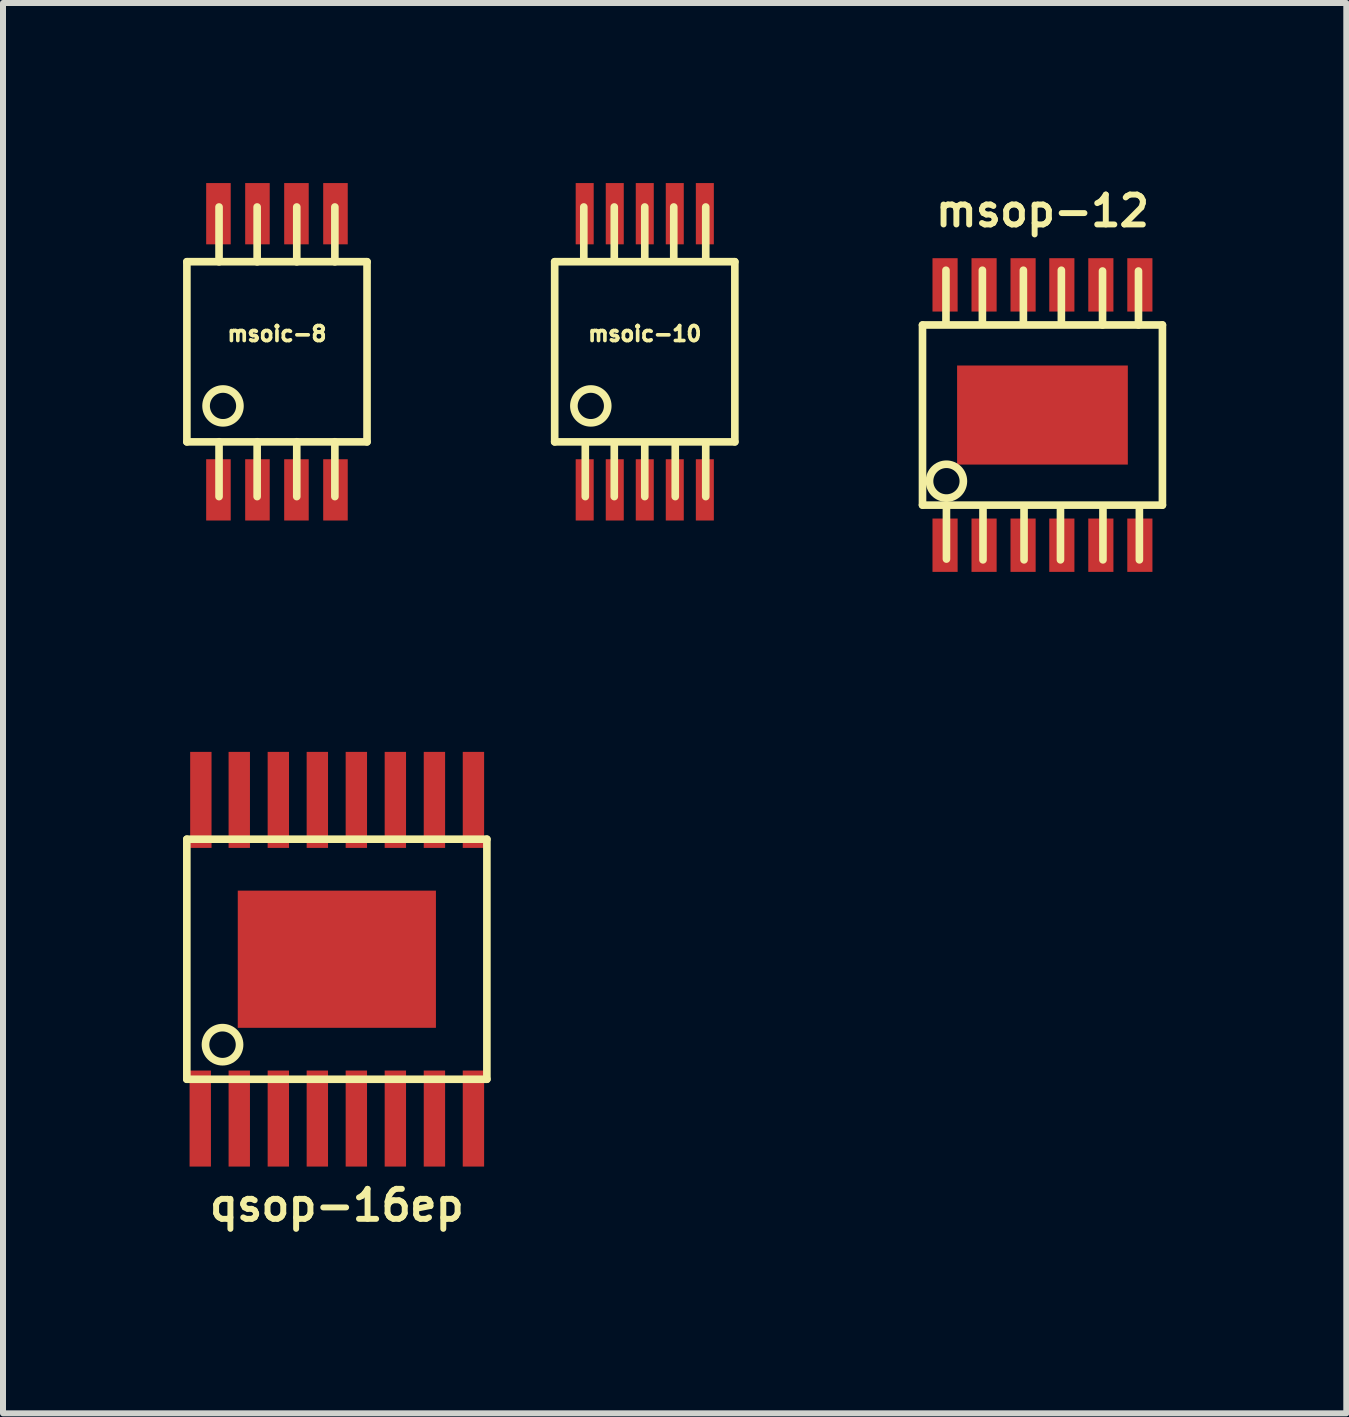
<source format=kicad_pcb>
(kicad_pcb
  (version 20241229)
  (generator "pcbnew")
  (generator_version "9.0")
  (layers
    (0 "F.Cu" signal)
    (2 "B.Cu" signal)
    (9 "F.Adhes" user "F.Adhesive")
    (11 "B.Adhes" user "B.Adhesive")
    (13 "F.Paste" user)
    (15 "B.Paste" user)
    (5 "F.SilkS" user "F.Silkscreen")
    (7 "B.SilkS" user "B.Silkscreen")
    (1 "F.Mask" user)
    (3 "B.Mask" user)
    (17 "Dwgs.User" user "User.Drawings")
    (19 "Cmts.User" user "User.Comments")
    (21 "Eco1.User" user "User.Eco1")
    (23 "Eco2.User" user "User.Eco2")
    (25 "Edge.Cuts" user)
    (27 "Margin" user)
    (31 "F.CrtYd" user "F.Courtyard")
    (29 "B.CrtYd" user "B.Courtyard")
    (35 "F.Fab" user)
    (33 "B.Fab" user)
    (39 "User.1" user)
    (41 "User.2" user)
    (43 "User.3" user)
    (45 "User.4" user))
  (footprint "msoic-8"
    (layer "F.Cu")
    (at 1.565 2.812)
    (property "Reference" "msoic-8" (at 0 -0.3 0) (layer "F.SilkS") (effects (font (size 0.249 0.249) (thickness 0.061))))
    (attr through_hole)
    (fp_line (start -1.501 -1.501) (end -1.501 1.501) (stroke (width 0.127) (type solid)) (layer "F.SilkS"))
    (fp_line (start -1.501 1.501) (end 1.501 1.501) (stroke (width 0.127) (type solid)) (layer "F.SilkS"))
    (fp_line (start -0.965 -1.499) (end -0.965 -2.413) (stroke (width 0.127) (type solid)) (layer "F.SilkS"))
    (fp_line (start -0.965 1.499) (end -0.965 2.413) (stroke (width 0.127) (type solid)) (layer "F.SilkS"))
    (fp_line (start -0.33 -1.499) (end -0.33 -2.413) (stroke (width 0.127) (type solid)) (layer "F.SilkS"))
    (fp_line (start -0.33 1.499) (end -0.33 2.413) (stroke (width 0.127) (type solid)) (layer "F.SilkS"))
    (fp_line (start 0.33 -1.499) (end 0.33 -2.413) (stroke (width 0.127) (type solid)) (layer "F.SilkS"))
    (fp_line (start 0.33 1.499) (end 0.33 2.413) (stroke (width 0.127) (type solid)) (layer "F.SilkS"))
    (fp_line (start 0.965 -1.499) (end 0.965 -2.413) (stroke (width 0.127) (type solid)) (layer "F.SilkS"))
    (fp_line (start 0.965 1.499) (end 0.965 2.413) (stroke (width 0.127) (type solid)) (layer "F.SilkS"))
    (fp_line (start 1.501 -1.501) (end -1.501 -1.501) (stroke (width 0.127) (type solid)) (layer "F.SilkS"))
    (fp_line (start 1.501 1.501) (end 1.501 -1.501) (stroke (width 0.127) (type solid)) (layer "F.SilkS"))
    (fp_circle (center -0.899 0.902) (end -1.1 1.1) (stroke (width 0.127) (type solid)) (fill no) (layer "F.SilkS"))
    (pad "1" smd rect (at -0.975 2.301) (size 0.409 1.021) (layers "F.Cu" "F.Mask" "F.Paste"))
    (pad "2" smd rect (at -0.325 2.301) (size 0.409 1.021) (layers "F.Cu" "F.Mask" "F.Paste"))
    (pad "3" smd rect (at 0.325 2.301) (size 0.409 1.021) (layers "F.Cu" "F.Mask" "F.Paste"))
    (pad "4" smd rect (at 0.975 2.301) (size 0.409 1.021) (layers "F.Cu" "F.Mask" "F.Paste"))
    (pad "5" smd rect (at 0.975 -2.301) (size 0.409 1.021) (layers "F.Cu" "F.Mask" "F.Paste"))
    (pad "6" smd rect (at 0.325 -2.301) (size 0.409 1.021) (layers "F.Cu" "F.Mask" "F.Paste"))
    (pad "7" smd rect (at -0.325 -2.301) (size 0.409 1.021) (layers "F.Cu" "F.Mask" "F.Paste"))
    (pad "8" smd rect (at -0.975 -2.301) (size 0.409 1.021) (layers "F.Cu" "F.Mask" "F.Paste")))
  (footprint "qsop-16ep"
    (layer "F.Cu")
    (at 2.563 12.934)
    (property "Reference" "qsop-16ep" (at 0 4.1 0) (layer "F.SilkS") (effects (font (size 0.5 0.5) (thickness 0.099))))
    (attr through_hole)
    (fp_line (start -2.5 -2) (end 2.5 -2) (stroke (width 0.127) (type solid)) (layer "F.SilkS"))
    (fp_line (start -2.5 2) (end -2.5 -2) (stroke (width 0.127) (type solid)) (layer "F.SilkS"))
    (fp_line (start 2.5 -2) (end 2.5 2) (stroke (width 0.127) (type solid)) (layer "F.SilkS"))
    (fp_line (start 2.5 2) (end -2.5 2) (stroke (width 0.127) (type solid)) (layer "F.SilkS"))
    (fp_circle (center -1.905 1.424) (end -2.032 1.678) (stroke (width 0.127) (type solid)) (fill no) (layer "F.SilkS"))
    (pad "1" smd rect (at -2.276 2.655) (size 0.356 1.6) (layers "F.Cu" "F.Mask" "F.Paste"))
    (pad "2" smd rect (at -1.626 2.655) (size 0.356 1.6) (layers "F.Cu" "F.Mask" "F.Paste"))
    (pad "3" smd rect (at -0.975 2.655) (size 0.356 1.6) (layers "F.Cu" "F.Mask" "F.Paste"))
    (pad "4" smd rect (at -0.325 2.655) (size 0.356 1.6) (layers "F.Cu" "F.Mask" "F.Paste"))
    (pad "5" smd rect (at 0.325 2.655) (size 0.356 1.6) (layers "F.Cu" "F.Mask" "F.Paste"))
    (pad "6" smd rect (at 0.975 2.655) (size 0.356 1.6) (layers "F.Cu" "F.Mask" "F.Paste"))
    (pad "7" smd rect (at 1.626 2.655) (size 0.356 1.6) (layers "F.Cu" "F.Mask" "F.Paste"))
    (pad "8" smd rect (at 2.276 2.655) (size 0.356 1.6) (layers "F.Cu" "F.Mask" "F.Paste"))
    (pad "9" smd rect (at 2.276 -2.655) (size 0.356 1.6) (layers "F.Cu" "F.Mask" "F.Paste"))
    (pad "10" smd rect (at 1.626 -2.655) (size 0.356 1.6) (layers "F.Cu" "F.Mask" "F.Paste"))
    (pad "11" smd rect (at 0.975 -2.655) (size 0.356 1.6) (layers "F.Cu" "F.Mask" "F.Paste"))
    (pad "12" smd rect (at 0.325 -2.655) (size 0.356 1.6) (layers "F.Cu" "F.Mask" "F.Paste"))
    (pad "13" smd rect (at -0.325 -2.655) (size 0.356 1.6) (layers "F.Cu" "F.Mask" "F.Paste"))
    (pad "14" smd rect (at -0.975 -2.655) (size 0.356 1.6) (layers "F.Cu" "F.Mask" "F.Paste"))
    (pad "15" smd rect (at -1.626 -2.655) (size 0.356 1.6) (layers "F.Cu" "F.Mask" "F.Paste"))
    (pad "16" smd rect (at -2.266 -2.655) (size 0.356 1.6) (layers "F.Cu" "F.Mask" "F.Paste"))
    (pad "17" smd rect (at 0 0) (size 3.302 2.286) (layers "F.Cu" "F.Mask" "F.Paste")))
  (footprint "msoic-10"
    (layer "F.Cu")
    (at 7.694 2.812)
    (property "Reference" "msoic-10" (at 0 -0.3 0) (layer "F.SilkS") (effects (font (size 0.249 0.249) (thickness 0.061))))
    (attr through_hole)
    (fp_line (start -1.501 -1.501) (end -1.501 1.501) (stroke (width 0.127) (type solid)) (layer "F.SilkS"))
    (fp_line (start -1.501 1.501) (end 1.501 1.501) (stroke (width 0.127) (type solid)) (layer "F.SilkS"))
    (fp_line (start -1.016 -2.413) (end -1.016 -1.524) (stroke (width 0.127) (type solid)) (layer "F.SilkS"))
    (fp_line (start -0.991 2.413) (end -0.991 1.524) (stroke (width 0.127) (type solid)) (layer "F.SilkS"))
    (fp_line (start -0.508 -2.413) (end -0.508 -1.524) (stroke (width 0.127) (type solid)) (layer "F.SilkS"))
    (fp_line (start -0.508 2.413) (end -0.508 1.524) (stroke (width 0.127) (type solid)) (layer "F.SilkS"))
    (fp_line (start 0 -2.413) (end 0 -1.524) (stroke (width 0.127) (type solid)) (layer "F.SilkS"))
    (fp_line (start 0 2.413) (end 0 1.524) (stroke (width 0.127) (type solid)) (layer "F.SilkS"))
    (fp_line (start 0.483 -2.413) (end 0.483 -1.524) (stroke (width 0.127) (type solid)) (layer "F.SilkS"))
    (fp_line (start 0.508 2.413) (end 0.508 1.524) (stroke (width 0.127) (type solid)) (layer "F.SilkS"))
    (fp_line (start 1.016 -2.413) (end 1.016 -1.524) (stroke (width 0.127) (type solid)) (layer "F.SilkS"))
    (fp_line (start 1.016 2.413) (end 1.016 1.524) (stroke (width 0.127) (type solid)) (layer "F.SilkS"))
    (fp_line (start 1.501 -1.501) (end -1.501 -1.501) (stroke (width 0.127) (type solid)) (layer "F.SilkS"))
    (fp_line (start 1.501 1.501) (end 1.501 -1.501) (stroke (width 0.127) (type solid)) (layer "F.SilkS"))
    (fp_circle (center -0.899 0.902) (end -1.1 1.1) (stroke (width 0.127) (type solid)) (fill no) (layer "F.SilkS"))
    (pad "1" smd rect (at -1.001 2.301) (size 0.3 1.021) (layers "F.Cu" "F.Mask" "F.Paste"))
    (pad "2" smd rect (at -0.5 2.301) (size 0.3 1.021) (layers "F.Cu" "F.Mask" "F.Paste"))
    (pad "3" smd rect (at 0 2.301) (size 0.3 1.021) (layers "F.Cu" "F.Mask" "F.Paste"))
    (pad "4" smd rect (at 0.5 2.301) (size 0.3 1.021) (layers "F.Cu" "F.Mask" "F.Paste"))
    (pad "5" smd rect (at 1.001 2.301) (size 0.3 1.021) (layers "F.Cu" "F.Mask" "F.Paste"))
    (pad "6" smd rect (at 1.001 -2.301) (size 0.3 1.021) (layers "F.Cu" "F.Mask" "F.Paste"))
    (pad "7" smd rect (at 0.5 -2.301) (size 0.3 1.021) (layers "F.Cu" "F.Mask" "F.Paste"))
    (pad "8" smd rect (at 0 -2.301) (size 0.3 1.021) (layers "F.Cu" "F.Mask" "F.Paste"))
    (pad "9" smd rect (at -0.5 -2.301) (size 0.3 1.021) (layers "F.Cu" "F.Mask" "F.Paste"))
    (pad "10" smd rect (at -1.001 -2.301) (size 0.3 1.021) (layers "F.Cu" "F.Mask" "F.Paste")))
  (footprint "msop-12"
    (layer "F.Cu")
    (at 14.321 3.866)
    (property "Reference" "msop-12" (at 0 -3.401 0) (layer "F.SilkS") (effects (font (size 0.498 0.498) (thickness 0.099))))
    (attr smd)
    (fp_line (start -1.999 -1.501) (end 1.999 -1.501) (stroke (width 0.127) (type solid)) (layer "F.SilkS"))
    (fp_line (start -1.999 -1.499) (end -1.999 1.499) (stroke (width 0.127) (type solid)) (layer "F.SilkS"))
    (fp_line (start -1.999 1.501) (end 1.999 1.501) (stroke (width 0.127) (type solid)) (layer "F.SilkS"))
    (fp_line (start -1.608 -2.413) (end -1.608 -1.524) (stroke (width 0.127) (type solid)) (layer "F.SilkS"))
    (fp_line (start -1.6 2.4) (end -1.6 1.501) (stroke (width 0.127) (type solid)) (layer "F.SilkS"))
    (fp_line (start -1.001 -2.413) (end -1.001 -1.524) (stroke (width 0.127) (type solid)) (layer "F.SilkS"))
    (fp_line (start -0.991 2.413) (end -0.991 1.524) (stroke (width 0.127) (type solid)) (layer "F.SilkS"))
    (fp_line (start -0.318 -2.413) (end -0.318 -1.524) (stroke (width 0.127) (type solid)) (layer "F.SilkS"))
    (fp_line (start -0.307 2.413) (end -0.307 1.524) (stroke (width 0.127) (type solid)) (layer "F.SilkS"))
    (fp_line (start 0.3 2.413) (end 0.3 1.524) (stroke (width 0.127) (type solid)) (layer "F.SilkS"))
    (fp_line (start 0.315 -2.413) (end 0.315 -1.524) (stroke (width 0.127) (type solid)) (layer "F.SilkS"))
    (fp_line (start 1.001 -2.4) (end 1.001 -1.501) (stroke (width 0.127) (type solid)) (layer "F.SilkS"))
    (fp_line (start 1.008 2.413) (end 1.008 1.524) (stroke (width 0.127) (type solid)) (layer "F.SilkS"))
    (fp_line (start 1.6 -2.4) (end 1.6 -1.501) (stroke (width 0.127) (type solid)) (layer "F.SilkS"))
    (fp_line (start 1.615 2.413) (end 1.615 1.524) (stroke (width 0.127) (type solid)) (layer "F.SilkS"))
    (fp_line (start 1.999 1.501) (end 1.999 -1.501) (stroke (width 0.127) (type solid)) (layer "F.SilkS"))
    (fp_circle (center -1.6 1.102) (end -1.801 1.3) (stroke (width 0.127) (type solid)) (fill no) (layer "F.SilkS"))
    (pad "1" smd rect (at -1.623 2.169) (size 0.419 0.889) (layers "F.Cu" "F.Mask" "F.Paste"))
    (pad "2" smd rect (at -0.973 2.169) (size 0.419 0.889) (layers "F.Cu" "F.Mask" "F.Paste"))
    (pad "3" smd rect (at -0.323 2.169) (size 0.419 0.889) (layers "F.Cu" "F.Mask" "F.Paste"))
    (pad "4" smd rect (at 0.323 2.169) (size 0.419 0.889) (layers "F.Cu" "F.Mask" "F.Paste"))
    (pad "5" smd rect (at 0.973 2.169) (size 0.419 0.889) (layers "F.Cu" "F.Mask" "F.Paste"))
    (pad "6" smd rect (at 1.623 2.169) (size 0.419 0.889) (layers "F.Cu" "F.Mask" "F.Paste"))
    (pad "7" smd rect (at 1.623 -2.169) (size 0.419 0.889) (layers "F.Cu" "F.Mask" "F.Paste"))
    (pad "8" smd rect (at 0.973 -2.169) (size 0.419 0.889) (layers "F.Cu" "F.Mask" "F.Paste"))
    (pad "9" smd rect (at 0.323 -2.169) (size 0.419 0.889) (layers "F.Cu" "F.Mask" "F.Paste"))
    (pad "10" smd rect (at -0.323 -2.169) (size 0.419 0.889) (layers "F.Cu" "F.Mask" "F.Paste"))
    (pad "11" smd rect (at -0.973 -2.169) (size 0.419 0.889) (layers "F.Cu" "F.Mask" "F.Paste"))
    (pad "12" smd rect (at -1.623 -2.169) (size 0.419 0.889) (layers "F.Cu" "F.Mask" "F.Paste"))
    (pad "13" smd rect (at 0 0) (size 2.845 1.651) (layers "F.Cu" "F.Mask" "F.Paste")))
  (gr_rect
    (start -3 -3)
    (end 19.384 20.501)
    (stroke (width 0.1) (type default))
    (fill no)
    (layer "Edge.Cuts")))
</source>
